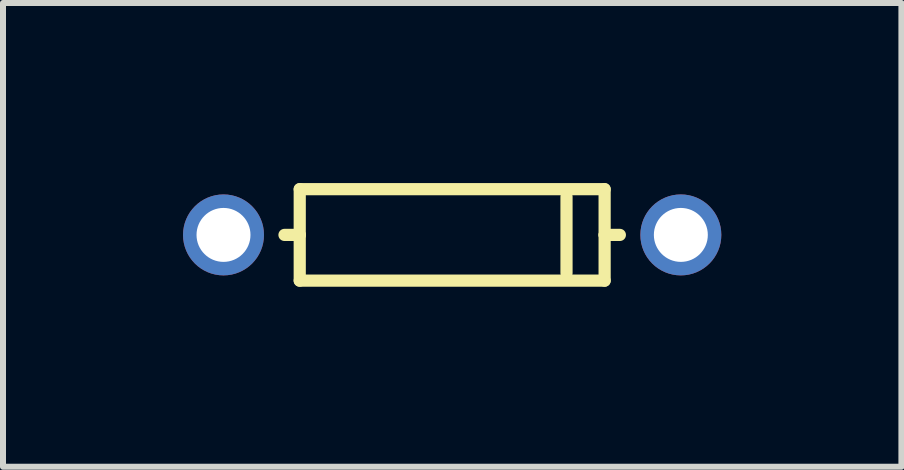
<source format=kicad_pcb>
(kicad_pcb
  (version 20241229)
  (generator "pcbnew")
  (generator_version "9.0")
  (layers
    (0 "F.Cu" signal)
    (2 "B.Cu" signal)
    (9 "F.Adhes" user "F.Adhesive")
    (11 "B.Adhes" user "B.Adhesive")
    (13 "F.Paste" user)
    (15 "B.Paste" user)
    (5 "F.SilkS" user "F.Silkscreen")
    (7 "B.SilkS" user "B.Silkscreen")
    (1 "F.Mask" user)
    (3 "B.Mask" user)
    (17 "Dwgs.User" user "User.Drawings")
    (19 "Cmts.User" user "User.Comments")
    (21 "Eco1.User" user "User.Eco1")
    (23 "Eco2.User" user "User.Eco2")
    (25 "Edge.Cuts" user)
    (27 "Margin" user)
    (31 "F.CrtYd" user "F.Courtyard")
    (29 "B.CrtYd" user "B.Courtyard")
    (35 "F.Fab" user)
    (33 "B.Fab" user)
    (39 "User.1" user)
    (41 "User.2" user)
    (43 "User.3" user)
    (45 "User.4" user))
  (footprint "DIODE-1N4148"
    (layer "F.Cu")
    (at 4.484 0.864)
    (property "Reference" "DIODE-1N4148" (at 0 0 0) (layer "Eco1.User") (effects (font (size 0.6 0.6) (thickness 0.1))))
    (attr through_hole)
    (fp_line (start -2.54 -0.762) (end 2.54 -0.762) (stroke (width 0.203) (type solid)) (layer "F.SilkS"))
    (fp_line (start -2.54 0) (end -2.794 0) (stroke (width 0.203) (type solid)) (layer "F.SilkS"))
    (fp_line (start -2.54 0) (end -2.54 -0.762) (stroke (width 0.203) (type solid)) (layer "F.SilkS"))
    (fp_line (start -2.54 0.762) (end -2.54 0) (stroke (width 0.203) (type solid)) (layer "F.SilkS"))
    (fp_line (start 1.905 -0.635) (end 1.905 0.635) (stroke (width 0.203) (type solid)) (layer "F.SilkS"))
    (fp_line (start 2.54 -0.762) (end 2.54 0) (stroke (width 0.203) (type solid)) (layer "F.SilkS"))
    (fp_line (start 2.54 0) (end 2.54 0.762) (stroke (width 0.203) (type solid)) (layer "F.SilkS"))
    (fp_line (start 2.54 0) (end 2.794 0) (stroke (width 0.203) (type solid)) (layer "F.SilkS"))
    (fp_line (start 2.54 0.762) (end -2.54 0.762) (stroke (width 0.203) (type solid)) (layer "F.SilkS"))
    (pad "1" thru_hole oval (at -3.81 0) (size 1.349 1.349) (drill 0.899) (layers "*.Cu" "*.Mask"))
    (pad "2" thru_hole oval (at 3.81 0) (size 1.349 1.349) (drill 0.899) (layers "*.Cu" "*.Mask")))
  (gr_rect
    (start -3 -3)
    (end 11.969 4.727)
    (stroke (width 0.1) (type default))
    (fill no)
    (layer "Edge.Cuts")))
</source>
